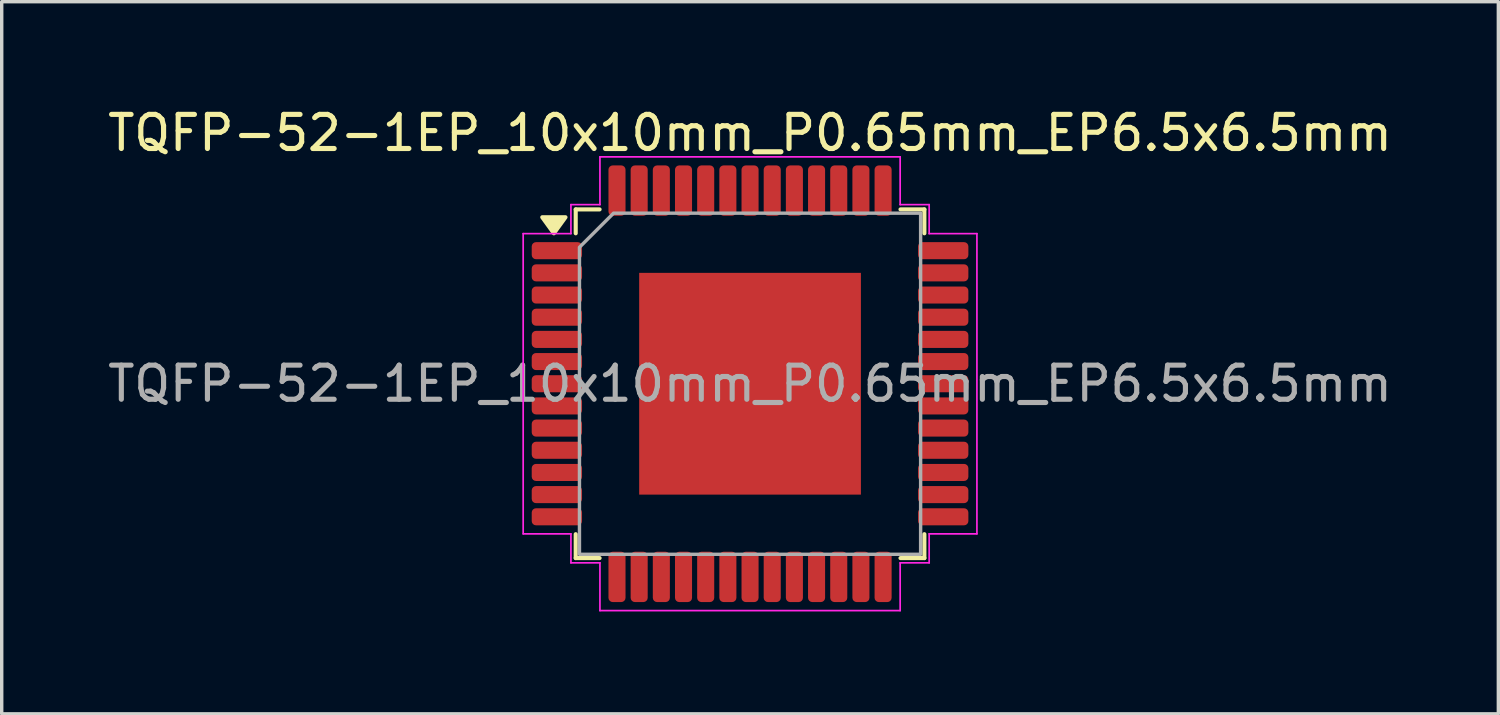
<source format=kicad_pcb>
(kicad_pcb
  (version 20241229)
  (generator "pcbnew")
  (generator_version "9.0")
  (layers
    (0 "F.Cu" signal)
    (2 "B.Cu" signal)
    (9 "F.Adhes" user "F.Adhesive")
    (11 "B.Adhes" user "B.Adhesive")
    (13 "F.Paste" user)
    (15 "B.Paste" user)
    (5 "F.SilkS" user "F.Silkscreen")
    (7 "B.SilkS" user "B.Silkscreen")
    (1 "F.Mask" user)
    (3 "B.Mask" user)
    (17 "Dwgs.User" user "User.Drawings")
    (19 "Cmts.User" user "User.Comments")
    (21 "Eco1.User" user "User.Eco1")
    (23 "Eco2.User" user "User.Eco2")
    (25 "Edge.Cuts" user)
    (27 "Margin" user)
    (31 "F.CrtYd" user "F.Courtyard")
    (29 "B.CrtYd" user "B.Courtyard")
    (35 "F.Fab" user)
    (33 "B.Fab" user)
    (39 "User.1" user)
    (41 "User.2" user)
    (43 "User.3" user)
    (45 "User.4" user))
  (footprint "TQFP-52-1EP_10x10mm_P0.65mm_EP6.5x6.5mm"
    (layer "F.Cu")
    (at 18.935 8.198)
    (property "Reference" "TQFP-52-1EP_10x10mm_P0.65mm_EP6.5x6.5mm" (at 0 -7.35 0) (layer "F.SilkS") (effects (font (size 1 1) (thickness 0.15))))
    (attr smd)
    (fp_line (start -5.11 -5.11) (end -4.41 -5.11) (stroke (width 0.12) (type solid)) (layer "F.SilkS"))
    (fp_line (start -5.11 -4.41) (end -5.11 -5.11) (stroke (width 0.12) (type solid)) (layer "F.SilkS"))
    (fp_line (start -5.11 5.11) (end -5.11 4.41) (stroke (width 0.12) (type solid)) (layer "F.SilkS"))
    (fp_line (start -4.41 5.11) (end -5.11 5.11) (stroke (width 0.12) (type solid)) (layer "F.SilkS"))
    (fp_line (start 4.41 -5.11) (end 5.11 -5.11) (stroke (width 0.12) (type solid)) (layer "F.SilkS"))
    (fp_line (start 5.11 -5.11) (end 5.11 -4.41) (stroke (width 0.12) (type solid)) (layer "F.SilkS"))
    (fp_line (start 5.11 4.41) (end 5.11 5.11) (stroke (width 0.12) (type solid)) (layer "F.SilkS"))
    (fp_line (start 5.11 5.11) (end 4.41 5.11) (stroke (width 0.12) (type solid)) (layer "F.SilkS"))
    (fp_poly (pts (xy -5.75 -4.41) (xy -6.09 -4.88) (xy -5.41 -4.88)) (stroke (width 0.12) (type solid)) (fill yes) (layer "F.SilkS"))
    (fp_line (start -6.65 -4.4) (end -5.25 -4.4) (stroke (width 0.05) (type solid)) (layer "F.CrtYd"))
    (fp_line (start -6.65 4.4) (end -6.65 -4.4) (stroke (width 0.05) (type solid)) (layer "F.CrtYd"))
    (fp_line (start -5.25 -5.25) (end -4.4 -5.25) (stroke (width 0.05) (type solid)) (layer "F.CrtYd"))
    (fp_line (start -5.25 -4.4) (end -5.25 -5.25) (stroke (width 0.05) (type solid)) (layer "F.CrtYd"))
    (fp_line (start -5.25 4.4) (end -6.65 4.4) (stroke (width 0.05) (type solid)) (layer "F.CrtYd"))
    (fp_line (start -5.25 5.25) (end -5.25 4.4) (stroke (width 0.05) (type solid)) (layer "F.CrtYd"))
    (fp_line (start -4.4 -6.65) (end 4.4 -6.65) (stroke (width 0.05) (type solid)) (layer "F.CrtYd"))
    (fp_line (start -4.4 -5.25) (end -4.4 -6.65) (stroke (width 0.05) (type solid)) (layer "F.CrtYd"))
    (fp_line (start -4.4 5.25) (end -5.25 5.25) (stroke (width 0.05) (type solid)) (layer "F.CrtYd"))
    (fp_line (start -4.4 6.65) (end -4.4 5.25) (stroke (width 0.05) (type solid)) (layer "F.CrtYd"))
    (fp_line (start 4.4 -6.65) (end 4.4 -5.25) (stroke (width 0.05) (type solid)) (layer "F.CrtYd"))
    (fp_line (start 4.4 -5.25) (end 5.25 -5.25) (stroke (width 0.05) (type solid)) (layer "F.CrtYd"))
    (fp_line (start 4.4 5.25) (end 4.4 6.65) (stroke (width 0.05) (type solid)) (layer "F.CrtYd"))
    (fp_line (start 4.4 6.65) (end -4.4 6.65) (stroke (width 0.05) (type solid)) (layer "F.CrtYd"))
    (fp_line (start 5.25 -5.25) (end 5.25 -4.4) (stroke (width 0.05) (type solid)) (layer "F.CrtYd"))
    (fp_line (start 5.25 -4.4) (end 6.65 -4.4) (stroke (width 0.05) (type solid)) (layer "F.CrtYd"))
    (fp_line (start 5.25 4.4) (end 5.25 5.25) (stroke (width 0.05) (type solid)) (layer "F.CrtYd"))
    (fp_line (start 5.25 5.25) (end 4.4 5.25) (stroke (width 0.05) (type solid)) (layer "F.CrtYd"))
    (fp_line (start 6.65 -4.4) (end 6.65 4.4) (stroke (width 0.05) (type solid)) (layer "F.CrtYd"))
    (fp_line (start 6.65 4.4) (end 5.25 4.4) (stroke (width 0.05) (type solid)) (layer "F.CrtYd"))
    (fp_poly (pts (xy -5 -4) (xy -5 5) (xy 5 5) (xy 5 -5) (xy -4 -5)) (stroke (width 0.1) (type solid)) (fill no) (layer "F.Fab"))
    (fp_text user "${REFERENCE}" (at 0 0 0) (layer "F.Fab") (effects (font (size 1 1) (thickness 0.15))))
    (pad "" smd roundrect (at -2.6 -2.6) (size 1.05 1.05) (layers "F.Paste") (roundrect_rratio 0.238))
    (pad "" smd roundrect (at -2.6 -1.3) (size 1.05 1.05) (layers "F.Paste") (roundrect_rratio 0.238))
    (pad "" smd roundrect (at -2.6 0) (size 1.05 1.05) (layers "F.Paste") (roundrect_rratio 0.238))
    (pad "" smd roundrect (at -2.6 1.3) (size 1.05 1.05) (layers "F.Paste") (roundrect_rratio 0.238))
    (pad "" smd roundrect (at -2.6 2.6) (size 1.05 1.05) (layers "F.Paste") (roundrect_rratio 0.238))
    (pad "" smd roundrect (at -1.3 -2.6) (size 1.05 1.05) (layers "F.Paste") (roundrect_rratio 0.238))
    (pad "" smd roundrect (at -1.3 -1.3) (size 1.05 1.05) (layers "F.Paste") (roundrect_rratio 0.238))
    (pad "" smd roundrect (at -1.3 0) (size 1.05 1.05) (layers "F.Paste") (roundrect_rratio 0.238))
    (pad "" smd roundrect (at -1.3 1.3) (size 1.05 1.05) (layers "F.Paste") (roundrect_rratio 0.238))
    (pad "" smd roundrect (at -1.3 2.6) (size 1.05 1.05) (layers "F.Paste") (roundrect_rratio 0.238))
    (pad "" smd roundrect (at 0 -2.6) (size 1.05 1.05) (layers "F.Paste") (roundrect_rratio 0.238))
    (pad "" smd roundrect (at 0 -1.3) (size 1.05 1.05) (layers "F.Paste") (roundrect_rratio 0.238))
    (pad "" smd roundrect (at 0 0) (size 1.05 1.05) (layers "F.Paste") (roundrect_rratio 0.238))
    (pad "" smd roundrect (at 0 1.3) (size 1.05 1.05) (layers "F.Paste") (roundrect_rratio 0.238))
    (pad "" smd roundrect (at 0 2.6) (size 1.05 1.05) (layers "F.Paste") (roundrect_rratio 0.238))
    (pad "" smd roundrect (at 1.3 -2.6) (size 1.05 1.05) (layers "F.Paste") (roundrect_rratio 0.238))
    (pad "" smd roundrect (at 1.3 -1.3) (size 1.05 1.05) (layers "F.Paste") (roundrect_rratio 0.238))
    (pad "" smd roundrect (at 1.3 0) (size 1.05 1.05) (layers "F.Paste") (roundrect_rratio 0.238))
    (pad "" smd roundrect (at 1.3 1.3) (size 1.05 1.05) (layers "F.Paste") (roundrect_rratio 0.238))
    (pad "" smd roundrect (at 1.3 2.6) (size 1.05 1.05) (layers "F.Paste") (roundrect_rratio 0.238))
    (pad "" smd roundrect (at 2.6 -2.6) (size 1.05 1.05) (layers "F.Paste") (roundrect_rratio 0.238))
    (pad "" smd roundrect (at 2.6 -1.3) (size 1.05 1.05) (layers "F.Paste") (roundrect_rratio 0.238))
    (pad "" smd roundrect (at 2.6 0) (size 1.05 1.05) (layers "F.Paste") (roundrect_rratio 0.238))
    (pad "" smd roundrect (at 2.6 1.3) (size 1.05 1.05) (layers "F.Paste") (roundrect_rratio 0.238))
    (pad "" smd roundrect (at 2.6 2.6) (size 1.05 1.05) (layers "F.Paste") (roundrect_rratio 0.238))
    (pad "1" smd roundrect (at -5.662 -3.9) (size 1.475 0.5) (layers "F.Cu" "F.Mask" "F.Paste") (roundrect_rratio 0.25))
    (pad "2" smd roundrect (at -5.662 -3.25) (size 1.475 0.5) (layers "F.Cu" "F.Mask" "F.Paste") (roundrect_rratio 0.25))
    (pad "3" smd roundrect (at -5.662 -2.6) (size 1.475 0.5) (layers "F.Cu" "F.Mask" "F.Paste") (roundrect_rratio 0.25))
    (pad "4" smd roundrect (at -5.662 -1.95) (size 1.475 0.5) (layers "F.Cu" "F.Mask" "F.Paste") (roundrect_rratio 0.25))
    (pad "5" smd roundrect (at -5.662 -1.3) (size 1.475 0.5) (layers "F.Cu" "F.Mask" "F.Paste") (roundrect_rratio 0.25))
    (pad "6" smd roundrect (at -5.662 -0.65) (size 1.475 0.5) (layers "F.Cu" "F.Mask" "F.Paste") (roundrect_rratio 0.25))
    (pad "7" smd roundrect (at -5.662 0) (size 1.475 0.5) (layers "F.Cu" "F.Mask" "F.Paste") (roundrect_rratio 0.25))
    (pad "8" smd roundrect (at -5.662 0.65) (size 1.475 0.5) (layers "F.Cu" "F.Mask" "F.Paste") (roundrect_rratio 0.25))
    (pad "9" smd roundrect (at -5.662 1.3) (size 1.475 0.5) (layers "F.Cu" "F.Mask" "F.Paste") (roundrect_rratio 0.25))
    (pad "10" smd roundrect (at -5.662 1.95) (size 1.475 0.5) (layers "F.Cu" "F.Mask" "F.Paste") (roundrect_rratio 0.25))
    (pad "11" smd roundrect (at -5.662 2.6) (size 1.475 0.5) (layers "F.Cu" "F.Mask" "F.Paste") (roundrect_rratio 0.25))
    (pad "12" smd roundrect (at -5.662 3.25) (size 1.475 0.5) (layers "F.Cu" "F.Mask" "F.Paste") (roundrect_rratio 0.25))
    (pad "13" smd roundrect (at -5.662 3.9) (size 1.475 0.5) (layers "F.Cu" "F.Mask" "F.Paste") (roundrect_rratio 0.25))
    (pad "14" smd roundrect (at -3.9 5.662) (size 0.5 1.475) (layers "F.Cu" "F.Mask" "F.Paste") (roundrect_rratio 0.25))
    (pad "15" smd roundrect (at -3.25 5.662) (size 0.5 1.475) (layers "F.Cu" "F.Mask" "F.Paste") (roundrect_rratio 0.25))
    (pad "16" smd roundrect (at -2.6 5.662) (size 0.5 1.475) (layers "F.Cu" "F.Mask" "F.Paste") (roundrect_rratio 0.25))
    (pad "17" smd roundrect (at -1.95 5.662) (size 0.5 1.475) (layers "F.Cu" "F.Mask" "F.Paste") (roundrect_rratio 0.25))
    (pad "18" smd roundrect (at -1.3 5.662) (size 0.5 1.475) (layers "F.Cu" "F.Mask" "F.Paste") (roundrect_rratio 0.25))
    (pad "19" smd roundrect (at -0.65 5.662) (size 0.5 1.475) (layers "F.Cu" "F.Mask" "F.Paste") (roundrect_rratio 0.25))
    (pad "20" smd roundrect (at 0 5.662) (size 0.5 1.475) (layers "F.Cu" "F.Mask" "F.Paste") (roundrect_rratio 0.25))
    (pad "21" smd roundrect (at 0.65 5.662) (size 0.5 1.475) (layers "F.Cu" "F.Mask" "F.Paste") (roundrect_rratio 0.25))
    (pad "22" smd roundrect (at 1.3 5.662) (size 0.5 1.475) (layers "F.Cu" "F.Mask" "F.Paste") (roundrect_rratio 0.25))
    (pad "23" smd roundrect (at 1.95 5.662) (size 0.5 1.475) (layers "F.Cu" "F.Mask" "F.Paste") (roundrect_rratio 0.25))
    (pad "24" smd roundrect (at 2.6 5.662) (size 0.5 1.475) (layers "F.Cu" "F.Mask" "F.Paste") (roundrect_rratio 0.25))
    (pad "25" smd roundrect (at 3.25 5.662) (size 0.5 1.475) (layers "F.Cu" "F.Mask" "F.Paste") (roundrect_rratio 0.25))
    (pad "26" smd roundrect (at 3.9 5.662) (size 0.5 1.475) (layers "F.Cu" "F.Mask" "F.Paste") (roundrect_rratio 0.25))
    (pad "27" smd roundrect (at 5.662 3.9) (size 1.475 0.5) (layers "F.Cu" "F.Mask" "F.Paste") (roundrect_rratio 0.25))
    (pad "28" smd roundrect (at 5.662 3.25) (size 1.475 0.5) (layers "F.Cu" "F.Mask" "F.Paste") (roundrect_rratio 0.25))
    (pad "29" smd roundrect (at 5.662 2.6) (size 1.475 0.5) (layers "F.Cu" "F.Mask" "F.Paste") (roundrect_rratio 0.25))
    (pad "30" smd roundrect (at 5.662 1.95) (size 1.475 0.5) (layers "F.Cu" "F.Mask" "F.Paste") (roundrect_rratio 0.25))
    (pad "31" smd roundrect (at 5.662 1.3) (size 1.475 0.5) (layers "F.Cu" "F.Mask" "F.Paste") (roundrect_rratio 0.25))
    (pad "32" smd roundrect (at 5.662 0.65) (size 1.475 0.5) (layers "F.Cu" "F.Mask" "F.Paste") (roundrect_rratio 0.25))
    (pad "33" smd roundrect (at 5.662 0) (size 1.475 0.5) (layers "F.Cu" "F.Mask" "F.Paste") (roundrect_rratio 0.25))
    (pad "34" smd roundrect (at 5.662 -0.65) (size 1.475 0.5) (layers "F.Cu" "F.Mask" "F.Paste") (roundrect_rratio 0.25))
    (pad "35" smd roundrect (at 5.662 -1.3) (size 1.475 0.5) (layers "F.Cu" "F.Mask" "F.Paste") (roundrect_rratio 0.25))
    (pad "36" smd roundrect (at 5.662 -1.95) (size 1.475 0.5) (layers "F.Cu" "F.Mask" "F.Paste") (roundrect_rratio 0.25))
    (pad "37" smd roundrect (at 5.662 -2.6) (size 1.475 0.5) (layers "F.Cu" "F.Mask" "F.Paste") (roundrect_rratio 0.25))
    (pad "38" smd roundrect (at 5.662 -3.25) (size 1.475 0.5) (layers "F.Cu" "F.Mask" "F.Paste") (roundrect_rratio 0.25))
    (pad "39" smd roundrect (at 5.662 -3.9) (size 1.475 0.5) (layers "F.Cu" "F.Mask" "F.Paste") (roundrect_rratio 0.25))
    (pad "40" smd roundrect (at 3.9 -5.662) (size 0.5 1.475) (layers "F.Cu" "F.Mask" "F.Paste") (roundrect_rratio 0.25))
    (pad "41" smd roundrect (at 3.25 -5.662) (size 0.5 1.475) (layers "F.Cu" "F.Mask" "F.Paste") (roundrect_rratio 0.25))
    (pad "42" smd roundrect (at 2.6 -5.662) (size 0.5 1.475) (layers "F.Cu" "F.Mask" "F.Paste") (roundrect_rratio 0.25))
    (pad "43" smd roundrect (at 1.95 -5.662) (size 0.5 1.475) (layers "F.Cu" "F.Mask" "F.Paste") (roundrect_rratio 0.25))
    (pad "44" smd roundrect (at 1.3 -5.662) (size 0.5 1.475) (layers "F.Cu" "F.Mask" "F.Paste") (roundrect_rratio 0.25))
    (pad "45" smd roundrect (at 0.65 -5.662) (size 0.5 1.475) (layers "F.Cu" "F.Mask" "F.Paste") (roundrect_rratio 0.25))
    (pad "46" smd roundrect (at 0 -5.662) (size 0.5 1.475) (layers "F.Cu" "F.Mask" "F.Paste") (roundrect_rratio 0.25))
    (pad "47" smd roundrect (at -0.65 -5.662) (size 0.5 1.475) (layers "F.Cu" "F.Mask" "F.Paste") (roundrect_rratio 0.25))
    (pad "48" smd roundrect (at -1.3 -5.662) (size 0.5 1.475) (layers "F.Cu" "F.Mask" "F.Paste") (roundrect_rratio 0.25))
    (pad "49" smd roundrect (at -1.95 -5.662) (size 0.5 1.475) (layers "F.Cu" "F.Mask" "F.Paste") (roundrect_rratio 0.25))
    (pad "50" smd roundrect (at -2.6 -5.662) (size 0.5 1.475) (layers "F.Cu" "F.Mask" "F.Paste") (roundrect_rratio 0.25))
    (pad "51" smd roundrect (at -3.25 -5.662) (size 0.5 1.475) (layers "F.Cu" "F.Mask" "F.Paste") (roundrect_rratio 0.25))
    (pad "52" smd roundrect (at -3.9 -5.662) (size 0.5 1.475) (layers "F.Cu" "F.Mask" "F.Paste") (roundrect_rratio 0.25))
    (pad "53" smd rect (at 0 0) (size 6.5 6.5) (property pad_prop_heatsink) (layers "F.Cu" "F.Mask")))
  (gr_rect
    (start -3 -3)
    (end 40.869 17.873)
    (stroke (width 0.1) (type default))
    (fill no)
    (layer "Edge.Cuts")))
</source>
